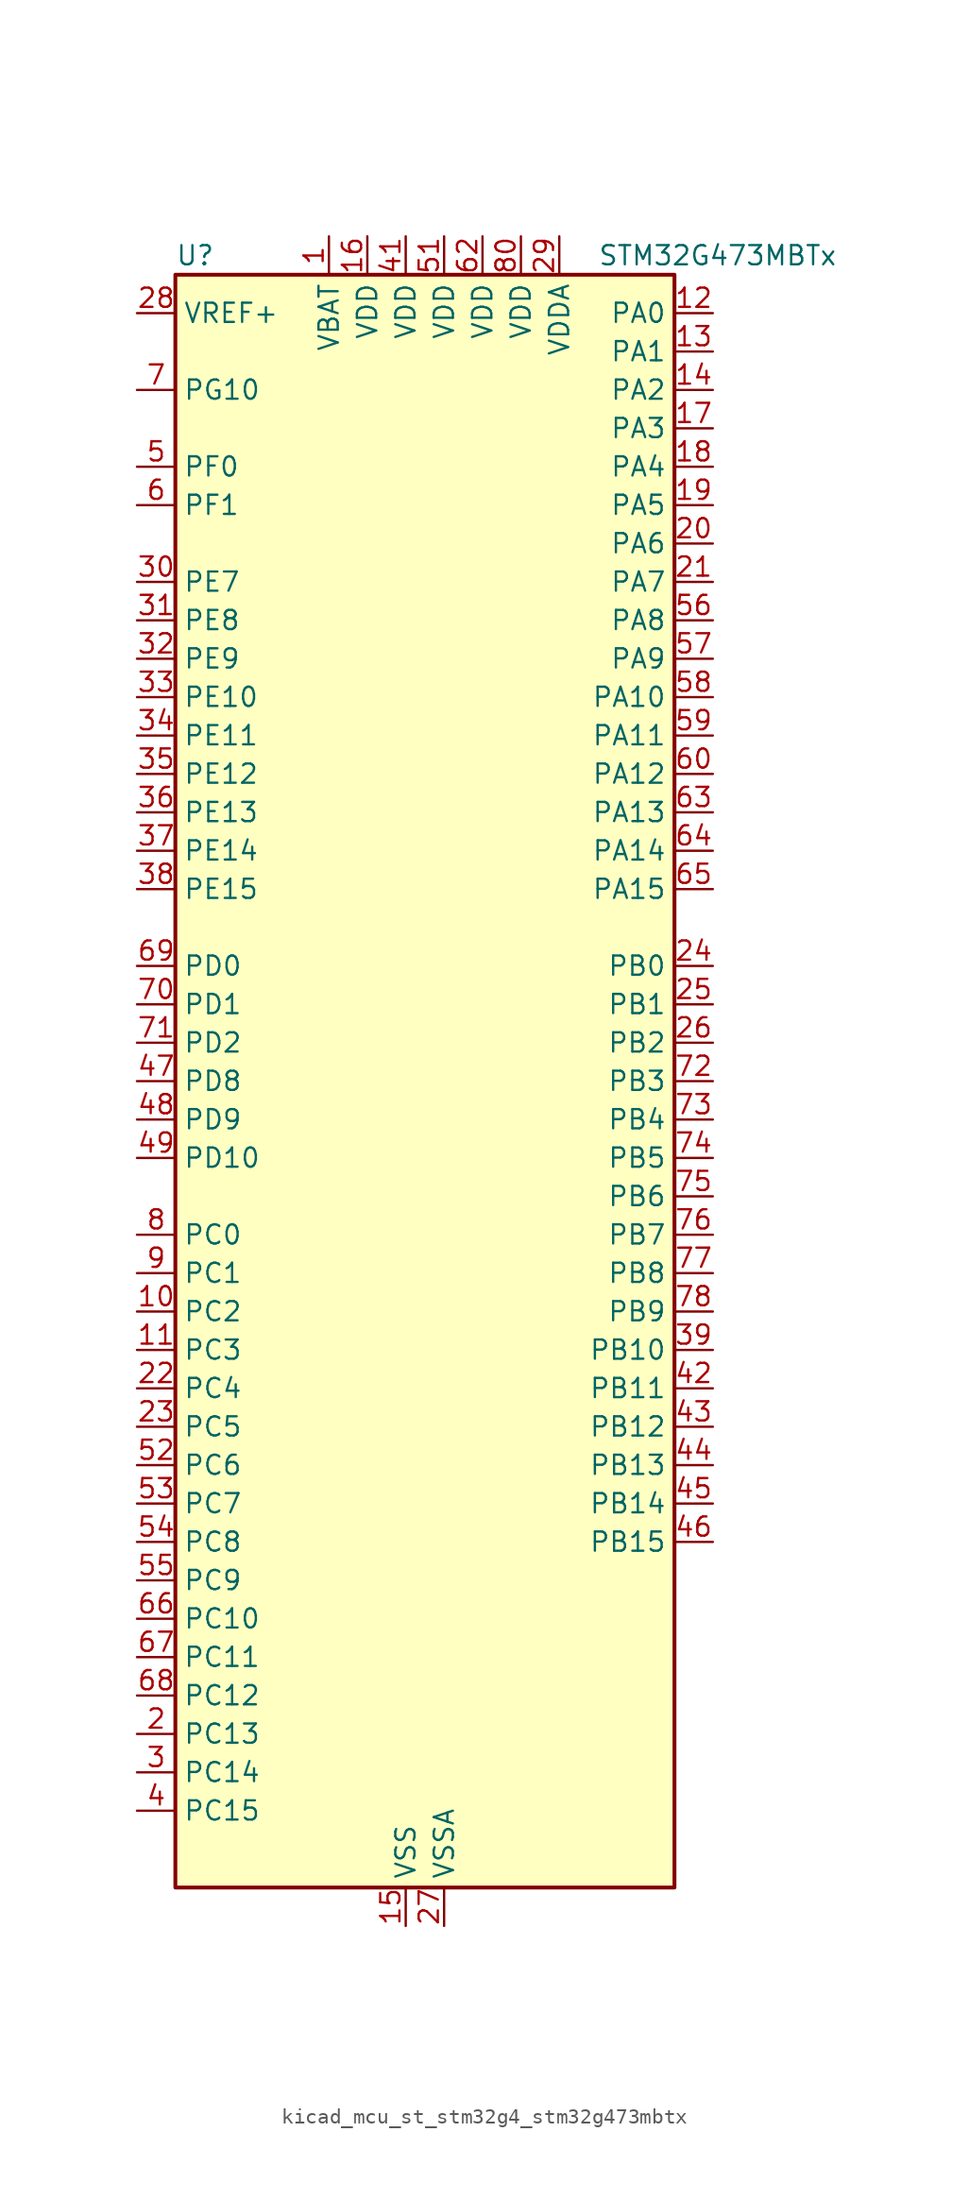
<source format=kicad_sym>
(kicad_symbol_lib
  (version 20220914)
  (generator kicad_symbol_editor)
  (symbol "kicad_mcu_st_stm32g4_stm32g473mbtx"
    (property "Reference" "U"
      (at -15.24 54.61 0)
      (effects (font (size 1.27 1.27)) (justify left)))
    (property "Value" "STM32G473MBTx"
      (at 12.7 54.61 0)
      (effects (font (size 1.27 1.27)) (justify left)))
    (property "ki_locked" ""
      (at 0 0 0)
      (effects (font (size 1.27 1.27))))
    (symbol "kicad_mcu_st_stm32g4_stm32g473mbtx_0_1"
      (rectangle (start -15.24 -53.34) (end 17.78 53.34) (stroke (width 0.254) (type default)) (fill (type background))))
    (symbol "kicad_mcu_st_stm32g4_stm32g473mbtx_1_1"
      (pin power_in line (at -5.08 55.88 270) (length 2.54) (name "VBAT" (effects (font (size 1.27 1.27)))) (number "1" (effects (font (size 1.27 1.27)))))
      (pin bidirectional line (at -17.78 -15.24 0) (length 2.54) (name "PC2" (effects (font (size 1.27 1.27)))) (number "10" (effects (font (size 1.27 1.27)))) (alternate "ADC1_IN8" bidirectional line) (alternate "ADC2_IN8" bidirectional line) (alternate "ADC3_EXTI2" bidirectional line) (alternate "ADC4_EXTI2" bidirectional line) (alternate "ADC5_EXTI2" bidirectional line) (alternate "COMP3_OUT" bidirectional line) (alternate "LPTIM1_IN2" bidirectional line) (alternate "QUADSPI1_BK2_IO1" bidirectional line) (alternate "TIM1_CH3" bidirectional line) (alternate "TIM20_CH2" bidirectional line))
      (pin bidirectional line (at -17.78 -17.78 0) (length 2.54) (name "PC3" (effects (font (size 1.27 1.27)))) (number "11" (effects (font (size 1.27 1.27)))) (alternate "ADC1_IN9" bidirectional line) (alternate "ADC2_IN9" bidirectional line) (alternate "ADC3_EXTI3" bidirectional line) (alternate "ADC4_EXTI3" bidirectional line) (alternate "ADC5_EXTI3" bidirectional line) (alternate "LPTIM1_ETR" bidirectional line) (alternate "OPAMP5_VINP" bidirectional line) (alternate "OPAMP5_VINP_SEC" bidirectional line) (alternate "QUADSPI1_BK2_IO2" bidirectional line) (alternate "SAI1_D1" bidirectional line) (alternate "SAI1_SD_A" bidirectional line) (alternate "TIM1_BKIN2" bidirectional line) (alternate "TIM1_CH4" bidirectional line))
      (pin bidirectional line (at 20.32 50.8 180) (length 2.54) (name "PA0" (effects (font (size 1.27 1.27)))) (number "12" (effects (font (size 1.27 1.27)))) (alternate "ADC1_IN1" bidirectional line) (alternate "ADC2_IN1" bidirectional line) (alternate "COMP1_INM" bidirectional line) (alternate "COMP1_OUT" bidirectional line) (alternate "COMP3_INP" bidirectional line) (alternate "RTC_TAMP2" bidirectional line) (alternate "SYS_WKUP1" bidirectional line) (alternate "TIM2_CH1" bidirectional line) (alternate "TIM2_ETR" bidirectional line) (alternate "TIM5_CH1" bidirectional line) (alternate "TIM8_BKIN" bidirectional line) (alternate "TIM8_ETR" bidirectional line) (alternate "USART2_CTS" bidirectional line) (alternate "USART2_NSS" bidirectional line))
      (pin bidirectional line (at 20.32 48.26 180) (length 2.54) (name "PA1" (effects (font (size 1.27 1.27)))) (number "13" (effects (font (size 1.27 1.27)))) (alternate "ADC1_IN2" bidirectional line) (alternate "ADC2_IN2" bidirectional line) (alternate "COMP1_INP" bidirectional line) (alternate "OPAMP1_VINP" bidirectional line) (alternate "OPAMP1_VINP_SEC" bidirectional line) (alternate "OPAMP3_VINP" bidirectional line) (alternate "OPAMP3_VINP_SEC" bidirectional line) (alternate "OPAMP6_VINM" bidirectional line) (alternate "OPAMP6_VINM0" bidirectional line) (alternate "OPAMP6_VINM_SEC" bidirectional line) (alternate "RTC_REFIN" bidirectional line) (alternate "TIM15_CH1N" bidirectional line) (alternate "TIM2_CH2" bidirectional line) (alternate "TIM5_CH2" bidirectional line) (alternate "USART2_DE" bidirectional line) (alternate "USART2_RTS" bidirectional line))
      (pin bidirectional line (at 20.32 45.72 180) (length 2.54) (name "PA2" (effects (font (size 1.27 1.27)))) (number "14" (effects (font (size 1.27 1.27)))) (alternate "ADC1_IN3" bidirectional line) (alternate "ADC3_EXTI2" bidirectional line) (alternate "ADC4_EXTI2" bidirectional line) (alternate "ADC5_EXTI2" bidirectional line) (alternate "COMP2_INM" bidirectional line) (alternate "COMP2_OUT" bidirectional line) (alternate "LPUART1_TX" bidirectional line) (alternate "OPAMP1_VOUT" bidirectional line) (alternate "QUADSPI1_BK1_NCS" bidirectional line) (alternate "RCC_LSCO" bidirectional line) (alternate "SYS_WKUP4" bidirectional line) (alternate "TIM15_CH1" bidirectional line) (alternate "TIM2_CH3" bidirectional line) (alternate "TIM5_CH3" bidirectional line) (alternate "UCPD1_FRSTX1" bidirectional line) (alternate "UCPD1_FRSTX2" bidirectional line) (alternate "USART2_TX" bidirectional line))
      (pin power_in line (at 0 -55.88 90) (length 2.54) (name "VSS" (effects (font (size 1.27 1.27)))) (number "15" (effects (font (size 1.27 1.27)))))
      (pin power_in line (at -2.54 55.88 270) (length 2.54) (name "VDD" (effects (font (size 1.27 1.27)))) (number "16" (effects (font (size 1.27 1.27)))))
      (pin bidirectional line (at 20.32 43.18 180) (length 2.54) (name "PA3" (effects (font (size 1.27 1.27)))) (number "17" (effects (font (size 1.27 1.27)))) (alternate "ADC1_IN4" bidirectional line) (alternate "ADC3_EXTI3" bidirectional line) (alternate "ADC4_EXTI3" bidirectional line) (alternate "ADC5_EXTI3" bidirectional line) (alternate "COMP2_INP" bidirectional line) (alternate "LPUART1_RX" bidirectional line) (alternate "OPAMP1_VINM" bidirectional line) (alternate "OPAMP1_VINM0" bidirectional line) (alternate "OPAMP1_VINM_SEC" bidirectional line) (alternate "OPAMP1_VINP" bidirectional line) (alternate "OPAMP1_VINP_SEC" bidirectional line) (alternate "OPAMP5_VINM" bidirectional line) (alternate "OPAMP5_VINM1" bidirectional line) (alternate "OPAMP5_VINM_SEC" bidirectional line) (alternate "QUADSPI1_CLK" bidirectional line) (alternate "SAI1_CK1" bidirectional line) (alternate "SAI1_MCLK_A" bidirectional line) (alternate "TIM15_CH2" bidirectional line) (alternate "TIM2_CH4" bidirectional line) (alternate "TIM5_CH4" bidirectional line) (alternate "USART2_RX" bidirectional line))
      (pin bidirectional line (at 20.32 40.64 180) (length 2.54) (name "PA4" (effects (font (size 1.27 1.27)))) (number "18" (effects (font (size 1.27 1.27)))) (alternate "ADC2_IN17" bidirectional line) (alternate "COMP1_INM" bidirectional line) (alternate "DAC1_OUT1" bidirectional line) (alternate "I2S3_WS" bidirectional line) (alternate "SAI1_FS_B" bidirectional line) (alternate "SPI1_NSS" bidirectional line) (alternate "SPI3_NSS" bidirectional line) (alternate "TIM3_CH2" bidirectional line) (alternate "USART2_CK" bidirectional line))
      (pin bidirectional line (at 20.32 38.1 180) (length 2.54) (name "PA5" (effects (font (size 1.27 1.27)))) (number "19" (effects (font (size 1.27 1.27)))) (alternate "ADC2_IN13" bidirectional line) (alternate "COMP2_INM" bidirectional line) (alternate "DAC1_OUT2" bidirectional line) (alternate "OPAMP2_VINM" bidirectional line) (alternate "OPAMP2_VINM0" bidirectional line) (alternate "OPAMP2_VINM_SEC" bidirectional line) (alternate "SPI1_SCK" bidirectional line) (alternate "TIM2_CH1" bidirectional line) (alternate "TIM2_ETR" bidirectional line) (alternate "UCPD1_FRSTX1" bidirectional line) (alternate "UCPD1_FRSTX2" bidirectional line))
      (pin bidirectional line (at -17.78 -43.18 0) (length 2.54) (name "PC13" (effects (font (size 1.27 1.27)))) (number "2" (effects (font (size 1.27 1.27)))) (alternate "RTC_OUT1" bidirectional line) (alternate "RTC_TAMP1" bidirectional line) (alternate "RTC_TS" bidirectional line) (alternate "SYS_WKUP2" bidirectional line) (alternate "TIM1_BKIN" bidirectional line) (alternate "TIM1_CH1N" bidirectional line) (alternate "TIM8_CH4N" bidirectional line))
      (pin bidirectional line (at 20.32 35.56 180) (length 2.54) (name "PA6" (effects (font (size 1.27 1.27)))) (number "20" (effects (font (size 1.27 1.27)))) (alternate "ADC2_IN3" bidirectional line) (alternate "COMP1_OUT" bidirectional line) (alternate "DAC2_OUT1" bidirectional line) (alternate "LPUART1_CTS" bidirectional line) (alternate "OPAMP2_VOUT" bidirectional line) (alternate "QUADSPI1_BK1_IO3" bidirectional line) (alternate "SPI1_MISO" bidirectional line) (alternate "TIM16_CH1" bidirectional line) (alternate "TIM1_BKIN" bidirectional line) (alternate "TIM3_CH1" bidirectional line) (alternate "TIM8_BKIN" bidirectional line))
      (pin bidirectional line (at 20.32 33.02 180) (length 2.54) (name "PA7" (effects (font (size 1.27 1.27)))) (number "21" (effects (font (size 1.27 1.27)))) (alternate "ADC2_IN4" bidirectional line) (alternate "COMP2_INP" bidirectional line) (alternate "COMP2_OUT" bidirectional line) (alternate "OPAMP1_VINP" bidirectional line) (alternate "OPAMP1_VINP_SEC" bidirectional line) (alternate "OPAMP2_VINP" bidirectional line) (alternate "OPAMP2_VINP_SEC" bidirectional line) (alternate "QUADSPI1_BK1_IO2" bidirectional line) (alternate "SPI1_MOSI" bidirectional line) (alternate "TIM17_CH1" bidirectional line) (alternate "TIM1_CH1N" bidirectional line) (alternate "TIM3_CH2" bidirectional line) (alternate "TIM8_CH1N" bidirectional line) (alternate "UCPD1_FRSTX1" bidirectional line) (alternate "UCPD1_FRSTX2" bidirectional line))
      (pin bidirectional line (at -17.78 -20.32 0) (length 2.54) (name "PC4" (effects (font (size 1.27 1.27)))) (number "22" (effects (font (size 1.27 1.27)))) (alternate "ADC2_IN5" bidirectional line) (alternate "I2C2_SCL" bidirectional line) (alternate "QUADSPI1_BK2_IO3" bidirectional line) (alternate "TIM1_ETR" bidirectional line) (alternate "USART1_TX" bidirectional line))
      (pin bidirectional line (at -17.78 -22.86 0) (length 2.54) (name "PC5" (effects (font (size 1.27 1.27)))) (number "23" (effects (font (size 1.27 1.27)))) (alternate "ADC2_IN11" bidirectional line) (alternate "OPAMP1_VINM" bidirectional line) (alternate "OPAMP1_VINM1" bidirectional line) (alternate "OPAMP1_VINM_SEC" bidirectional line) (alternate "OPAMP2_VINM" bidirectional line) (alternate "OPAMP2_VINM1" bidirectional line) (alternate "OPAMP2_VINM_SEC" bidirectional line) (alternate "SAI1_D3" bidirectional line) (alternate "SYS_WKUP5" bidirectional line) (alternate "TIM15_BKIN" bidirectional line) (alternate "TIM1_CH4N" bidirectional line) (alternate "USART1_RX" bidirectional line))
      (pin bidirectional line (at 20.32 7.62 180) (length 2.54) (name "PB0" (effects (font (size 1.27 1.27)))) (number "24" (effects (font (size 1.27 1.27)))) (alternate "ADC1_IN15" bidirectional line) (alternate "ADC3_IN12" bidirectional line) (alternate "COMP4_INP" bidirectional line) (alternate "OPAMP2_VINP" bidirectional line) (alternate "OPAMP2_VINP_SEC" bidirectional line) (alternate "OPAMP3_VINP" bidirectional line) (alternate "OPAMP3_VINP_SEC" bidirectional line) (alternate "QUADSPI1_BK1_IO1" bidirectional line) (alternate "TIM1_CH2N" bidirectional line) (alternate "TIM3_CH3" bidirectional line) (alternate "TIM8_CH2N" bidirectional line) (alternate "UCPD1_FRSTX1" bidirectional line) (alternate "UCPD1_FRSTX2" bidirectional line))
      (pin bidirectional line (at 20.32 5.08 180) (length 2.54) (name "PB1" (effects (font (size 1.27 1.27)))) (number "25" (effects (font (size 1.27 1.27)))) (alternate "ADC1_IN12" bidirectional line) (alternate "ADC3_IN1" bidirectional line) (alternate "COMP1_INP" bidirectional line) (alternate "COMP4_OUT" bidirectional line) (alternate "LPUART1_DE" bidirectional line) (alternate "LPUART1_RTS" bidirectional line) (alternate "OPAMP3_VOUT" bidirectional line) (alternate "OPAMP6_VINM" bidirectional line) (alternate "OPAMP6_VINM1" bidirectional line) (alternate "OPAMP6_VINM_SEC" bidirectional line) (alternate "QUADSPI1_BK1_IO0" bidirectional line) (alternate "TIM1_CH3N" bidirectional line) (alternate "TIM3_CH4" bidirectional line) (alternate "TIM8_CH3N" bidirectional line))
      (pin bidirectional line (at 20.32 2.54 180) (length 2.54) (name "PB2" (effects (font (size 1.27 1.27)))) (number "26" (effects (font (size 1.27 1.27)))) (alternate "ADC2_IN12" bidirectional line) (alternate "ADC3_EXTI2" bidirectional line) (alternate "ADC4_EXTI2" bidirectional line) (alternate "ADC5_EXTI2" bidirectional line) (alternate "COMP4_INM" bidirectional line) (alternate "I2C3_SMBA" bidirectional line) (alternate "LPTIM1_OUT" bidirectional line) (alternate "OPAMP3_VINM" bidirectional line) (alternate "OPAMP3_VINM0" bidirectional line) (alternate "OPAMP3_VINM_SEC" bidirectional line) (alternate "QUADSPI1_BK2_IO1" bidirectional line) (alternate "RTC_OUT2" bidirectional line) (alternate "TIM20_CH1" bidirectional line) (alternate "TIM5_CH1" bidirectional line))
      (pin power_in line (at 2.54 -55.88 90) (length 2.54) (name "VSSA" (effects (font (size 1.27 1.27)))) (number "27" (effects (font (size 1.27 1.27)))))
      (pin input line (at -17.78 50.8 0) (length 2.54) (name "VREF+" (effects (font (size 1.27 1.27)))) (number "28" (effects (font (size 1.27 1.27)))) (alternate "VREFBUF_OUT" bidirectional line))
      (pin power_in line (at 10.16 55.88 270) (length 2.54) (name "VDDA" (effects (font (size 1.27 1.27)))) (number "29" (effects (font (size 1.27 1.27)))))
      (pin bidirectional line (at -17.78 -45.72 0) (length 2.54) (name "PC14" (effects (font (size 1.27 1.27)))) (number "3" (effects (font (size 1.27 1.27)))) (alternate "RCC_OSC32_IN" bidirectional line))
      (pin bidirectional line (at -17.78 33.02 0) (length 2.54) (name "PE7" (effects (font (size 1.27 1.27)))) (number "30" (effects (font (size 1.27 1.27)))) (alternate "ADC3_IN4" bidirectional line) (alternate "COMP4_INP" bidirectional line) (alternate "SAI1_SD_B" bidirectional line) (alternate "TIM1_ETR" bidirectional line))
      (pin bidirectional line (at -17.78 30.48 0) (length 2.54) (name "PE8" (effects (font (size 1.27 1.27)))) (number "31" (effects (font (size 1.27 1.27)))) (alternate "ADC3_IN6" bidirectional line) (alternate "ADC4_IN6" bidirectional line) (alternate "ADC5_IN6" bidirectional line) (alternate "COMP4_INM" bidirectional line) (alternate "SAI1_SCK_B" bidirectional line) (alternate "TIM1_CH1N" bidirectional line) (alternate "TIM5_CH3" bidirectional line))
      (pin bidirectional line (at -17.78 27.94 0) (length 2.54) (name "PE9" (effects (font (size 1.27 1.27)))) (number "32" (effects (font (size 1.27 1.27)))) (alternate "ADC3_IN2" bidirectional line) (alternate "DAC1_EXTI9" bidirectional line) (alternate "DAC2_EXTI9" bidirectional line) (alternate "DAC3_EXTI9" bidirectional line) (alternate "DAC4_EXTI9" bidirectional line) (alternate "SAI1_FS_B" bidirectional line) (alternate "TIM1_CH1" bidirectional line) (alternate "TIM5_CH4" bidirectional line))
      (pin bidirectional line (at -17.78 25.4 0) (length 2.54) (name "PE10" (effects (font (size 1.27 1.27)))) (number "33" (effects (font (size 1.27 1.27)))) (alternate "ADC3_IN14" bidirectional line) (alternate "ADC4_IN14" bidirectional line) (alternate "ADC5_IN14" bidirectional line) (alternate "DAC1_EXTI10" bidirectional line) (alternate "DAC2_EXTI10" bidirectional line) (alternate "DAC3_EXTI10" bidirectional line) (alternate "DAC4_EXTI10" bidirectional line) (alternate "QUADSPI1_CLK" bidirectional line) (alternate "SAI1_MCLK_B" bidirectional line) (alternate "TIM1_CH2N" bidirectional line))
      (pin bidirectional line (at -17.78 22.86 0) (length 2.54) (name "PE11" (effects (font (size 1.27 1.27)))) (number "34" (effects (font (size 1.27 1.27)))) (alternate "ADC1_EXTI11" bidirectional line) (alternate "ADC2_EXTI11" bidirectional line) (alternate "ADC3_IN15" bidirectional line) (alternate "ADC4_IN15" bidirectional line) (alternate "ADC5_IN15" bidirectional line) (alternate "QUADSPI1_BK1_NCS" bidirectional line) (alternate "SPI4_NSS" bidirectional line) (alternate "TIM1_CH2" bidirectional line))
      (pin bidirectional line (at -17.78 20.32 0) (length 2.54) (name "PE12" (effects (font (size 1.27 1.27)))) (number "35" (effects (font (size 1.27 1.27)))) (alternate "ADC3_IN16" bidirectional line) (alternate "ADC4_IN16" bidirectional line) (alternate "ADC5_IN16" bidirectional line) (alternate "QUADSPI1_BK1_IO0" bidirectional line) (alternate "SPI4_SCK" bidirectional line) (alternate "TIM1_CH3N" bidirectional line))
      (pin bidirectional line (at -17.78 17.78 0) (length 2.54) (name "PE13" (effects (font (size 1.27 1.27)))) (number "36" (effects (font (size 1.27 1.27)))) (alternate "ADC3_IN3" bidirectional line) (alternate "QUADSPI1_BK1_IO1" bidirectional line) (alternate "SPI4_MISO" bidirectional line) (alternate "TIM1_CH3" bidirectional line))
      (pin bidirectional line (at -17.78 15.24 0) (length 2.54) (name "PE14" (effects (font (size 1.27 1.27)))) (number "37" (effects (font (size 1.27 1.27)))) (alternate "ADC4_IN1" bidirectional line) (alternate "QUADSPI1_BK1_IO2" bidirectional line) (alternate "SPI4_MOSI" bidirectional line) (alternate "TIM1_BKIN2" bidirectional line) (alternate "TIM1_CH4" bidirectional line))
      (pin bidirectional line (at -17.78 12.7 0) (length 2.54) (name "PE15" (effects (font (size 1.27 1.27)))) (number "38" (effects (font (size 1.27 1.27)))) (alternate "ADC1_EXTI15" bidirectional line) (alternate "ADC2_EXTI15" bidirectional line) (alternate "ADC4_IN2" bidirectional line) (alternate "QUADSPI1_BK1_IO3" bidirectional line) (alternate "TIM1_BKIN" bidirectional line) (alternate "TIM1_CH4N" bidirectional line) (alternate "USART3_RX" bidirectional line))
      (pin bidirectional line (at 20.32 -17.78 180) (length 2.54) (name "PB10" (effects (font (size 1.27 1.27)))) (number "39" (effects (font (size 1.27 1.27)))) (alternate "COMP5_INM" bidirectional line) (alternate "DAC1_EXTI10" bidirectional line) (alternate "DAC2_EXTI10" bidirectional line) (alternate "DAC3_EXTI10" bidirectional line) (alternate "DAC4_EXTI10" bidirectional line) (alternate "LPUART1_RX" bidirectional line) (alternate "OPAMP3_VINM" bidirectional line) (alternate "OPAMP3_VINM1" bidirectional line) (alternate "OPAMP3_VINM_SEC" bidirectional line) (alternate "OPAMP4_VINM" bidirectional line) (alternate "OPAMP4_VINM0" bidirectional line) (alternate "OPAMP4_VINM_SEC" bidirectional line) (alternate "QUADSPI1_CLK" bidirectional line) (alternate "SAI1_SCK_A" bidirectional line) (alternate "TIM1_BKIN" bidirectional line) (alternate "TIM2_CH3" bidirectional line) (alternate "USART3_TX" bidirectional line))
      (pin bidirectional line (at -17.78 -48.26 0) (length 2.54) (name "PC15" (effects (font (size 1.27 1.27)))) (number "4" (effects (font (size 1.27 1.27)))) (alternate "ADC1_EXTI15" bidirectional line) (alternate "ADC2_EXTI15" bidirectional line) (alternate "RCC_OSC32_OUT" bidirectional line))
      (pin passive line (at 0 -55.88 90) (length 2.54) hide (name "VSS" (effects (font (size 1.27 1.27)))) (number "40" (effects (font (size 1.27 1.27)))))
      (pin power_in line (at 0 55.88 270) (length 2.54) (name "VDD" (effects (font (size 1.27 1.27)))) (number "41" (effects (font (size 1.27 1.27)))))
      (pin bidirectional line (at 20.32 -20.32 180) (length 2.54) (name "PB11" (effects (font (size 1.27 1.27)))) (number "42" (effects (font (size 1.27 1.27)))) (alternate "ADC1_EXTI11" bidirectional line) (alternate "ADC1_IN14" bidirectional line) (alternate "ADC2_EXTI11" bidirectional line) (alternate "ADC2_IN14" bidirectional line) (alternate "COMP6_INP" bidirectional line) (alternate "LPUART1_TX" bidirectional line) (alternate "OPAMP4_VINP" bidirectional line) (alternate "OPAMP4_VINP_SEC" bidirectional line) (alternate "OPAMP6_VOUT" bidirectional line) (alternate "QUADSPI1_BK1_NCS" bidirectional line) (alternate "TIM2_CH4" bidirectional line) (alternate "USART3_RX" bidirectional line))
      (pin bidirectional line (at 20.32 -22.86 180) (length 2.54) (name "PB12" (effects (font (size 1.27 1.27)))) (number "43" (effects (font (size 1.27 1.27)))) (alternate "ADC1_IN11" bidirectional line) (alternate "ADC4_IN3" bidirectional line) (alternate "COMP7_INM" bidirectional line) (alternate "FDCAN2_RX" bidirectional line) (alternate "I2C2_SMBA" bidirectional line) (alternate "I2S2_WS" bidirectional line) (alternate "LPUART1_DE" bidirectional line) (alternate "LPUART1_RTS" bidirectional line) (alternate "OPAMP4_VOUT" bidirectional line) (alternate "OPAMP6_VINP" bidirectional line) (alternate "OPAMP6_VINP_SEC" bidirectional line) (alternate "SPI2_NSS" bidirectional line) (alternate "TIM1_BKIN" bidirectional line) (alternate "TIM5_ETR" bidirectional line) (alternate "USART3_CK" bidirectional line))
      (pin bidirectional line (at 20.32 -25.4 180) (length 2.54) (name "PB13" (effects (font (size 1.27 1.27)))) (number "44" (effects (font (size 1.27 1.27)))) (alternate "ADC3_IN5" bidirectional line) (alternate "COMP5_INP" bidirectional line) (alternate "FDCAN2_TX" bidirectional line) (alternate "I2S2_CK" bidirectional line) (alternate "LPUART1_CTS" bidirectional line) (alternate "OPAMP3_VINP" bidirectional line) (alternate "OPAMP3_VINP_SEC" bidirectional line) (alternate "OPAMP4_VINP" bidirectional line) (alternate "OPAMP4_VINP_SEC" bidirectional line) (alternate "OPAMP6_VINP" bidirectional line) (alternate "OPAMP6_VINP_SEC" bidirectional line) (alternate "SPI2_SCK" bidirectional line) (alternate "TIM1_CH1N" bidirectional line) (alternate "USART3_CTS" bidirectional line) (alternate "USART3_NSS" bidirectional line))
      (pin bidirectional line (at 20.32 -27.94 180) (length 2.54) (name "PB14" (effects (font (size 1.27 1.27)))) (number "45" (effects (font (size 1.27 1.27)))) (alternate "ADC1_IN5" bidirectional line) (alternate "ADC4_IN4" bidirectional line) (alternate "COMP4_OUT" bidirectional line) (alternate "COMP7_INP" bidirectional line) (alternate "OPAMP2_VINP" bidirectional line) (alternate "OPAMP2_VINP_SEC" bidirectional line) (alternate "OPAMP5_VINP" bidirectional line) (alternate "OPAMP5_VINP_SEC" bidirectional line) (alternate "SPI2_MISO" bidirectional line) (alternate "TIM15_CH1" bidirectional line) (alternate "TIM1_CH2N" bidirectional line) (alternate "USART3_DE" bidirectional line) (alternate "USART3_RTS" bidirectional line))
      (pin bidirectional line (at 20.32 -30.48 180) (length 2.54) (name "PB15" (effects (font (size 1.27 1.27)))) (number "46" (effects (font (size 1.27 1.27)))) (alternate "ADC1_EXTI15" bidirectional line) (alternate "ADC2_EXTI15" bidirectional line) (alternate "ADC2_IN15" bidirectional line) (alternate "ADC4_IN5" bidirectional line) (alternate "COMP3_OUT" bidirectional line) (alternate "COMP6_INM" bidirectional line) (alternate "I2S2_SD" bidirectional line) (alternate "OPAMP5_VINM" bidirectional line) (alternate "OPAMP5_VINM0" bidirectional line) (alternate "OPAMP5_VINM_SEC" bidirectional line) (alternate "RTC_REFIN" bidirectional line) (alternate "SPI2_MOSI" bidirectional line) (alternate "TIM15_CH1N" bidirectional line) (alternate "TIM15_CH2" bidirectional line) (alternate "TIM1_CH3N" bidirectional line))
      (pin bidirectional line (at -17.78 0 0) (length 2.54) (name "PD8" (effects (font (size 1.27 1.27)))) (number "47" (effects (font (size 1.27 1.27)))) (alternate "ADC4_IN12" bidirectional line) (alternate "ADC5_IN12" bidirectional line) (alternate "OPAMP4_VINM" bidirectional line) (alternate "OPAMP4_VINM1" bidirectional line) (alternate "OPAMP4_VINM_SEC" bidirectional line) (alternate "USART3_TX" bidirectional line))
      (pin bidirectional line (at -17.78 -2.54 0) (length 2.54) (name "PD9" (effects (font (size 1.27 1.27)))) (number "48" (effects (font (size 1.27 1.27)))) (alternate "ADC4_IN13" bidirectional line) (alternate "ADC5_IN13" bidirectional line) (alternate "DAC1_EXTI9" bidirectional line) (alternate "DAC2_EXTI9" bidirectional line) (alternate "DAC3_EXTI9" bidirectional line) (alternate "DAC4_EXTI9" bidirectional line) (alternate "OPAMP6_VINP" bidirectional line) (alternate "OPAMP6_VINP_SEC" bidirectional line) (alternate "USART3_RX" bidirectional line))
      (pin bidirectional line (at -17.78 -5.08 0) (length 2.54) (name "PD10" (effects (font (size 1.27 1.27)))) (number "49" (effects (font (size 1.27 1.27)))) (alternate "ADC3_IN7" bidirectional line) (alternate "ADC4_IN7" bidirectional line) (alternate "ADC5_IN7" bidirectional line) (alternate "COMP6_INM" bidirectional line) (alternate "DAC1_EXTI10" bidirectional line) (alternate "DAC2_EXTI10" bidirectional line) (alternate "DAC3_EXTI10" bidirectional line) (alternate "DAC4_EXTI10" bidirectional line) (alternate "USART3_CK" bidirectional line))
      (pin bidirectional line (at -17.78 40.64 0) (length 2.54) (name "PF0" (effects (font (size 1.27 1.27)))) (number "5" (effects (font (size 1.27 1.27)))) (alternate "ADC1_IN10" bidirectional line) (alternate "I2C2_SDA" bidirectional line) (alternate "I2S2_WS" bidirectional line) (alternate "RCC_OSC_IN" bidirectional line) (alternate "SPI2_NSS" bidirectional line) (alternate "TIM1_CH3N" bidirectional line))
      (pin passive line (at 0 -55.88 90) (length 2.54) hide (name "VSS" (effects (font (size 1.27 1.27)))) (number "50" (effects (font (size 1.27 1.27)))))
      (pin power_in line (at 2.54 55.88 270) (length 2.54) (name "VDD" (effects (font (size 1.27 1.27)))) (number "51" (effects (font (size 1.27 1.27)))))
      (pin bidirectional line (at -17.78 -25.4 0) (length 2.54) (name "PC6" (effects (font (size 1.27 1.27)))) (number "52" (effects (font (size 1.27 1.27)))) (alternate "COMP6_OUT" bidirectional line) (alternate "I2C4_SCL" bidirectional line) (alternate "I2S2_MCK" bidirectional line) (alternate "TIM3_CH1" bidirectional line) (alternate "TIM8_CH1" bidirectional line))
      (pin bidirectional line (at -17.78 -27.94 0) (length 2.54) (name "PC7" (effects (font (size 1.27 1.27)))) (number "53" (effects (font (size 1.27 1.27)))) (alternate "COMP5_OUT" bidirectional line) (alternate "I2C4_SDA" bidirectional line) (alternate "I2S3_MCK" bidirectional line) (alternate "TIM3_CH2" bidirectional line) (alternate "TIM8_CH2" bidirectional line))
      (pin bidirectional line (at -17.78 -30.48 0) (length 2.54) (name "PC8" (effects (font (size 1.27 1.27)))) (number "54" (effects (font (size 1.27 1.27)))) (alternate "COMP7_OUT" bidirectional line) (alternate "I2C3_SCL" bidirectional line) (alternate "TIM20_CH3" bidirectional line) (alternate "TIM3_CH3" bidirectional line) (alternate "TIM8_CH3" bidirectional line))
      (pin bidirectional line (at -17.78 -33.02 0) (length 2.54) (name "PC9" (effects (font (size 1.27 1.27)))) (number "55" (effects (font (size 1.27 1.27)))) (alternate "DAC1_EXTI9" bidirectional line) (alternate "DAC2_EXTI9" bidirectional line) (alternate "DAC3_EXTI9" bidirectional line) (alternate "DAC4_EXTI9" bidirectional line) (alternate "I2C3_SDA" bidirectional line) (alternate "I2S_CKIN" bidirectional line) (alternate "TIM3_CH4" bidirectional line) (alternate "TIM8_BKIN2" bidirectional line) (alternate "TIM8_CH4" bidirectional line))
      (pin bidirectional line (at 20.32 30.48 180) (length 2.54) (name "PA8" (effects (font (size 1.27 1.27)))) (number "56" (effects (font (size 1.27 1.27)))) (alternate "ADC5_IN1" bidirectional line) (alternate "COMP7_OUT" bidirectional line) (alternate "FDCAN3_RX" bidirectional line) (alternate "I2C2_SDA" bidirectional line) (alternate "I2C3_SCL" bidirectional line) (alternate "I2S2_MCK" bidirectional line) (alternate "OPAMP5_VOUT" bidirectional line) (alternate "RCC_MCO" bidirectional line) (alternate "SAI1_CK2" bidirectional line) (alternate "SAI1_SCK_A" bidirectional line) (alternate "TIM1_CH1" bidirectional line) (alternate "TIM4_ETR" bidirectional line) (alternate "USART1_CK" bidirectional line))
      (pin bidirectional line (at 20.32 27.94 180) (length 2.54) (name "PA9" (effects (font (size 1.27 1.27)))) (number "57" (effects (font (size 1.27 1.27)))) (alternate "ADC5_IN2" bidirectional line) (alternate "COMP5_OUT" bidirectional line) (alternate "DAC1_EXTI9" bidirectional line) (alternate "DAC2_EXTI9" bidirectional line) (alternate "DAC3_EXTI9" bidirectional line) (alternate "DAC4_EXTI9" bidirectional line) (alternate "I2C2_SCL" bidirectional line) (alternate "I2C3_SMBA" bidirectional line) (alternate "I2S3_MCK" bidirectional line) (alternate "SAI1_FS_A" bidirectional line) (alternate "TIM15_BKIN" bidirectional line) (alternate "TIM1_CH2" bidirectional line) (alternate "TIM2_CH3" bidirectional line) (alternate "UCPD1_DBCC1" bidirectional line) (alternate "USART1_TX" bidirectional line))
      (pin bidirectional line (at 20.32 25.4 180) (length 2.54) (name "PA10" (effects (font (size 1.27 1.27)))) (number "58" (effects (font (size 1.27 1.27)))) (alternate "COMP6_OUT" bidirectional line) (alternate "CRS_SYNC" bidirectional line) (alternate "DAC1_EXTI10" bidirectional line) (alternate "DAC2_EXTI10" bidirectional line) (alternate "DAC3_EXTI10" bidirectional line) (alternate "DAC4_EXTI10" bidirectional line) (alternate "I2C2_SMBA" bidirectional line) (alternate "SAI1_D1" bidirectional line) (alternate "SAI1_SD_A" bidirectional line) (alternate "SPI2_MISO" bidirectional line) (alternate "TIM17_BKIN" bidirectional line) (alternate "TIM1_CH3" bidirectional line) (alternate "TIM2_CH4" bidirectional line) (alternate "TIM8_BKIN" bidirectional line) (alternate "UCPD1_DBCC2" bidirectional line) (alternate "USART1_RX" bidirectional line))
      (pin bidirectional line (at 20.32 22.86 180) (length 2.54) (name "PA11" (effects (font (size 1.27 1.27)))) (number "59" (effects (font (size 1.27 1.27)))) (alternate "ADC1_EXTI11" bidirectional line) (alternate "ADC2_EXTI11" bidirectional line) (alternate "COMP1_OUT" bidirectional line) (alternate "FDCAN1_RX" bidirectional line) (alternate "I2S2_SD" bidirectional line) (alternate "SPI2_MOSI" bidirectional line) (alternate "TIM1_BKIN2" bidirectional line) (alternate "TIM1_CH1N" bidirectional line) (alternate "TIM1_CH4" bidirectional line) (alternate "TIM4_CH1" bidirectional line) (alternate "USART1_CTS" bidirectional line) (alternate "USART1_NSS" bidirectional line) (alternate "USB_DM" bidirectional line))
      (pin bidirectional line (at -17.78 38.1 0) (length 2.54) (name "PF1" (effects (font (size 1.27 1.27)))) (number "6" (effects (font (size 1.27 1.27)))) (alternate "ADC2_IN10" bidirectional line) (alternate "COMP3_INM" bidirectional line) (alternate "I2S2_CK" bidirectional line) (alternate "RCC_OSC_OUT" bidirectional line) (alternate "SPI2_SCK" bidirectional line))
      (pin bidirectional line (at 20.32 20.32 180) (length 2.54) (name "PA12" (effects (font (size 1.27 1.27)))) (number "60" (effects (font (size 1.27 1.27)))) (alternate "COMP2_OUT" bidirectional line) (alternate "FDCAN1_TX" bidirectional line) (alternate "I2S_CKIN" bidirectional line) (alternate "TIM16_CH1" bidirectional line) (alternate "TIM1_CH2N" bidirectional line) (alternate "TIM1_ETR" bidirectional line) (alternate "TIM4_CH2" bidirectional line) (alternate "USART1_DE" bidirectional line) (alternate "USART1_RTS" bidirectional line) (alternate "USB_DP" bidirectional line))
      (pin passive line (at 0 -55.88 90) (length 2.54) hide (name "VSS" (effects (font (size 1.27 1.27)))) (number "61" (effects (font (size 1.27 1.27)))))
      (pin power_in line (at 5.08 55.88 270) (length 2.54) (name "VDD" (effects (font (size 1.27 1.27)))) (number "62" (effects (font (size 1.27 1.27)))))
      (pin bidirectional line (at 20.32 17.78 180) (length 2.54) (name "PA13" (effects (font (size 1.27 1.27)))) (number "63" (effects (font (size 1.27 1.27)))) (alternate "I2C1_SCL" bidirectional line) (alternate "I2C4_SCL" bidirectional line) (alternate "IR_OUT" bidirectional line) (alternate "SAI1_SD_B" bidirectional line) (alternate "SYS_JTMS-SWDIO" bidirectional line) (alternate "TIM16_CH1N" bidirectional line) (alternate "TIM4_CH3" bidirectional line) (alternate "USART3_CTS" bidirectional line) (alternate "USART3_NSS" bidirectional line))
      (pin bidirectional line (at 20.32 15.24 180) (length 2.54) (name "PA14" (effects (font (size 1.27 1.27)))) (number "64" (effects (font (size 1.27 1.27)))) (alternate "I2C1_SDA" bidirectional line) (alternate "I2C4_SMBA" bidirectional line) (alternate "LPTIM1_OUT" bidirectional line) (alternate "SAI1_FS_B" bidirectional line) (alternate "SYS_JTCK-SWCLK" bidirectional line) (alternate "TIM1_BKIN" bidirectional line) (alternate "TIM8_CH2" bidirectional line) (alternate "USART2_TX" bidirectional line))
      (pin bidirectional line (at 20.32 12.7 180) (length 2.54) (name "PA15" (effects (font (size 1.27 1.27)))) (number "65" (effects (font (size 1.27 1.27)))) (alternate "ADC1_EXTI15" bidirectional line) (alternate "ADC2_EXTI15" bidirectional line) (alternate "FDCAN3_TX" bidirectional line) (alternate "I2C1_SCL" bidirectional line) (alternate "I2S3_WS" bidirectional line) (alternate "SPI1_NSS" bidirectional line) (alternate "SPI3_NSS" bidirectional line) (alternate "SYS_JTDI" bidirectional line) (alternate "TIM1_BKIN" bidirectional line) (alternate "TIM2_CH1" bidirectional line) (alternate "TIM2_ETR" bidirectional line) (alternate "TIM8_CH1" bidirectional line) (alternate "UART4_DE" bidirectional line) (alternate "UART4_RTS" bidirectional line) (alternate "USART2_RX" bidirectional line))
      (pin bidirectional line (at -17.78 -35.56 0) (length 2.54) (name "PC10" (effects (font (size 1.27 1.27)))) (number "66" (effects (font (size 1.27 1.27)))) (alternate "DAC1_EXTI10" bidirectional line) (alternate "DAC2_EXTI10" bidirectional line) (alternate "DAC3_EXTI10" bidirectional line) (alternate "DAC4_EXTI10" bidirectional line) (alternate "I2S3_CK" bidirectional line) (alternate "SPI3_SCK" bidirectional line) (alternate "TIM8_CH1N" bidirectional line) (alternate "UART4_TX" bidirectional line) (alternate "USART3_TX" bidirectional line))
      (pin bidirectional line (at -17.78 -38.1 0) (length 2.54) (name "PC11" (effects (font (size 1.27 1.27)))) (number "67" (effects (font (size 1.27 1.27)))) (alternate "ADC1_EXTI11" bidirectional line) (alternate "ADC2_EXTI11" bidirectional line) (alternate "I2C3_SDA" bidirectional line) (alternate "SPI3_MISO" bidirectional line) (alternate "TIM8_CH2N" bidirectional line) (alternate "UART4_RX" bidirectional line) (alternate "USART3_RX" bidirectional line))
      (pin bidirectional line (at -17.78 -40.64 0) (length 2.54) (name "PC12" (effects (font (size 1.27 1.27)))) (number "68" (effects (font (size 1.27 1.27)))) (alternate "I2S3_SD" bidirectional line) (alternate "SPI3_MOSI" bidirectional line) (alternate "TIM5_CH2" bidirectional line) (alternate "TIM8_CH3N" bidirectional line) (alternate "UART5_TX" bidirectional line) (alternate "UCPD1_FRSTX1" bidirectional line) (alternate "UCPD1_FRSTX2" bidirectional line) (alternate "USART3_CK" bidirectional line))
      (pin bidirectional line (at -17.78 7.62 0) (length 2.54) (name "PD0" (effects (font (size 1.27 1.27)))) (number "69" (effects (font (size 1.27 1.27)))) (alternate "FDCAN1_RX" bidirectional line) (alternate "TIM8_CH4N" bidirectional line))
      (pin bidirectional line (at -17.78 45.72 0) (length 2.54) (name "PG10" (effects (font (size 1.27 1.27)))) (number "7" (effects (font (size 1.27 1.27)))) (alternate "DAC1_EXTI10" bidirectional line) (alternate "DAC2_EXTI10" bidirectional line) (alternate "DAC3_EXTI10" bidirectional line) (alternate "DAC4_EXTI10" bidirectional line) (alternate "RCC_MCO" bidirectional line))
      (pin bidirectional line (at -17.78 5.08 0) (length 2.54) (name "PD1" (effects (font (size 1.27 1.27)))) (number "70" (effects (font (size 1.27 1.27)))) (alternate "FDCAN1_TX" bidirectional line) (alternate "TIM8_BKIN2" bidirectional line) (alternate "TIM8_CH4" bidirectional line))
      (pin bidirectional line (at -17.78 2.54 0) (length 2.54) (name "PD2" (effects (font (size 1.27 1.27)))) (number "71" (effects (font (size 1.27 1.27)))) (alternate "ADC3_EXTI2" bidirectional line) (alternate "ADC4_EXTI2" bidirectional line) (alternate "ADC5_EXTI2" bidirectional line) (alternate "TIM3_ETR" bidirectional line) (alternate "TIM8_BKIN" bidirectional line) (alternate "UART5_RX" bidirectional line))
      (pin bidirectional line (at 20.32 0 180) (length 2.54) (name "PB3" (effects (font (size 1.27 1.27)))) (number "72" (effects (font (size 1.27 1.27)))) (alternate "ADC3_EXTI3" bidirectional line) (alternate "ADC4_EXTI3" bidirectional line) (alternate "ADC5_EXTI3" bidirectional line) (alternate "CRS_SYNC" bidirectional line) (alternate "FDCAN3_RX" bidirectional line) (alternate "I2S3_CK" bidirectional line) (alternate "SAI1_SCK_B" bidirectional line) (alternate "SPI1_SCK" bidirectional line) (alternate "SPI3_SCK" bidirectional line) (alternate "SYS_JTDO-SWO" bidirectional line) (alternate "TIM2_CH2" bidirectional line) (alternate "TIM3_ETR" bidirectional line) (alternate "TIM4_ETR" bidirectional line) (alternate "TIM8_CH1N" bidirectional line) (alternate "USART2_TX" bidirectional line))
      (pin bidirectional line (at 20.32 -2.54 180) (length 2.54) (name "PB4" (effects (font (size 1.27 1.27)))) (number "73" (effects (font (size 1.27 1.27)))) (alternate "FDCAN3_TX" bidirectional line) (alternate "SAI1_MCLK_B" bidirectional line) (alternate "SPI1_MISO" bidirectional line) (alternate "SPI3_MISO" bidirectional line) (alternate "SYS_JTRST" bidirectional line) (alternate "TIM16_CH1" bidirectional line) (alternate "TIM17_BKIN" bidirectional line) (alternate "TIM3_CH1" bidirectional line) (alternate "TIM8_CH2N" bidirectional line) (alternate "UART5_DE" bidirectional line) (alternate "UART5_RTS" bidirectional line) (alternate "UCPD1_CC2" bidirectional line) (alternate "USART2_RX" bidirectional line))
      (pin bidirectional line (at 20.32 -5.08 180) (length 2.54) (name "PB5" (effects (font (size 1.27 1.27)))) (number "74" (effects (font (size 1.27 1.27)))) (alternate "FDCAN2_RX" bidirectional line) (alternate "I2C1_SMBA" bidirectional line) (alternate "I2C3_SDA" bidirectional line) (alternate "I2S3_SD" bidirectional line) (alternate "LPTIM1_IN1" bidirectional line) (alternate "SAI1_SD_B" bidirectional line) (alternate "SPI1_MOSI" bidirectional line) (alternate "SPI3_MOSI" bidirectional line) (alternate "TIM16_BKIN" bidirectional line) (alternate "TIM17_CH1" bidirectional line) (alternate "TIM3_CH2" bidirectional line) (alternate "TIM8_CH3N" bidirectional line) (alternate "UART5_CTS" bidirectional line) (alternate "USART2_CK" bidirectional line))
      (pin bidirectional line (at 20.32 -7.62 180) (length 2.54) (name "PB6" (effects (font (size 1.27 1.27)))) (number "75" (effects (font (size 1.27 1.27)))) (alternate "COMP4_OUT" bidirectional line) (alternate "FDCAN2_TX" bidirectional line) (alternate "LPTIM1_ETR" bidirectional line) (alternate "SAI1_FS_B" bidirectional line) (alternate "TIM16_CH1N" bidirectional line) (alternate "TIM4_CH1" bidirectional line) (alternate "TIM8_BKIN2" bidirectional line) (alternate "TIM8_CH1" bidirectional line) (alternate "TIM8_ETR" bidirectional line) (alternate "UCPD1_CC1" bidirectional line) (alternate "USART1_TX" bidirectional line))
      (pin bidirectional line (at 20.32 -10.16 180) (length 2.54) (name "PB7" (effects (font (size 1.27 1.27)))) (number "76" (effects (font (size 1.27 1.27)))) (alternate "COMP3_OUT" bidirectional line) (alternate "I2C1_SDA" bidirectional line) (alternate "I2C4_SDA" bidirectional line) (alternate "LPTIM1_IN2" bidirectional line) (alternate "SYS_PVD_IN" bidirectional line) (alternate "TIM17_CH1N" bidirectional line) (alternate "TIM3_CH4" bidirectional line) (alternate "TIM4_CH2" bidirectional line) (alternate "TIM8_BKIN" bidirectional line) (alternate "UART4_CTS" bidirectional line) (alternate "USART1_RX" bidirectional line))
      (pin bidirectional line (at 20.32 -12.7 180) (length 2.54) (name "PB8" (effects (font (size 1.27 1.27)))) (number "77" (effects (font (size 1.27 1.27)))) (alternate "COMP1_OUT" bidirectional line) (alternate "FDCAN1_RX" bidirectional line) (alternate "I2C1_SCL" bidirectional line) (alternate "SAI1_CK1" bidirectional line) (alternate "SAI1_MCLK_A" bidirectional line) (alternate "TIM16_CH1" bidirectional line) (alternate "TIM1_BKIN" bidirectional line) (alternate "TIM4_CH3" bidirectional line) (alternate "TIM8_CH2" bidirectional line) (alternate "USART3_RX" bidirectional line))
      (pin bidirectional line (at 20.32 -15.24 180) (length 2.54) (name "PB9" (effects (font (size 1.27 1.27)))) (number "78" (effects (font (size 1.27 1.27)))) (alternate "COMP2_OUT" bidirectional line) (alternate "DAC1_EXTI9" bidirectional line) (alternate "DAC2_EXTI9" bidirectional line) (alternate "DAC3_EXTI9" bidirectional line) (alternate "DAC4_EXTI9" bidirectional line) (alternate "FDCAN1_TX" bidirectional line) (alternate "I2C1_SDA" bidirectional line) (alternate "IR_OUT" bidirectional line) (alternate "SAI1_D2" bidirectional line) (alternate "SAI1_FS_A" bidirectional line) (alternate "TIM17_CH1" bidirectional line) (alternate "TIM1_CH3N" bidirectional line) (alternate "TIM4_CH4" bidirectional line) (alternate "TIM8_CH3" bidirectional line) (alternate "USART3_TX" bidirectional line))
      (pin passive line (at 0 -55.88 90) (length 2.54) hide (name "VSS" (effects (font (size 1.27 1.27)))) (number "79" (effects (font (size 1.27 1.27)))))
      (pin bidirectional line (at -17.78 -10.16 0) (length 2.54) (name "PC0" (effects (font (size 1.27 1.27)))) (number "8" (effects (font (size 1.27 1.27)))) (alternate "ADC1_IN6" bidirectional line) (alternate "ADC2_IN6" bidirectional line) (alternate "COMP3_INM" bidirectional line) (alternate "LPTIM1_IN1" bidirectional line) (alternate "LPUART1_RX" bidirectional line) (alternate "TIM1_CH1" bidirectional line))
      (pin power_in line (at 7.62 55.88 270) (length 2.54) (name "VDD" (effects (font (size 1.27 1.27)))) (number "80" (effects (font (size 1.27 1.27)))))
      (pin bidirectional line (at -17.78 -12.7 0) (length 2.54) (name "PC1" (effects (font (size 1.27 1.27)))) (number "9" (effects (font (size 1.27 1.27)))) (alternate "ADC1_IN7" bidirectional line) (alternate "ADC2_IN7" bidirectional line) (alternate "COMP3_INP" bidirectional line) (alternate "LPTIM1_OUT" bidirectional line) (alternate "LPUART1_TX" bidirectional line) (alternate "QUADSPI1_BK2_IO0" bidirectional line) (alternate "SAI1_SD_A" bidirectional line) (alternate "TIM1_CH2" bidirectional line)))))
</source>
